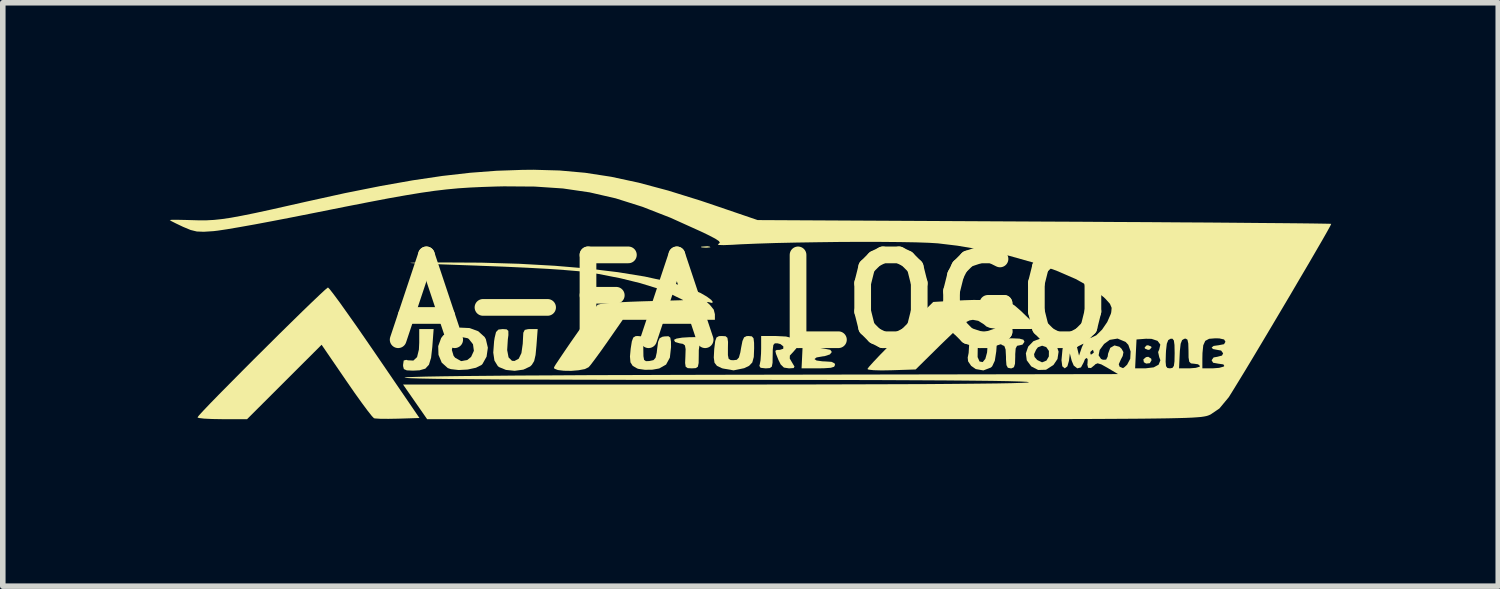
<source format=kicad_pcb>
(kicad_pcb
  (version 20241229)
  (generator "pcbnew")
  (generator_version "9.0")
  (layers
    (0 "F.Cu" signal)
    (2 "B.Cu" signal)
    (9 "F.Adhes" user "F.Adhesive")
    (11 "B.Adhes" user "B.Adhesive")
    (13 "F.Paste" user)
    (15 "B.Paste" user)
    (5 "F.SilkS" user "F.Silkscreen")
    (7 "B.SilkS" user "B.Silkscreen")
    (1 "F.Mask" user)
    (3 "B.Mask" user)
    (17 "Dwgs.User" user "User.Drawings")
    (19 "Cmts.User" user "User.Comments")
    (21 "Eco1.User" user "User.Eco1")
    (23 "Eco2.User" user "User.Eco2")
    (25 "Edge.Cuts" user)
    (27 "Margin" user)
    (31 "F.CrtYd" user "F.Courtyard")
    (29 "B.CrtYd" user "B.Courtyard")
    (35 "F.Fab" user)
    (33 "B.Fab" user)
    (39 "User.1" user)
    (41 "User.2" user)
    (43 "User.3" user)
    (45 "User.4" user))
  (footprint "A-FA LOGO"
    (layer "F.Cu")
    (at 10.417 2.364)
    (property "Reference" "A-FA LOGO" (at 0 0 0) (layer "F.SilkS") (effects (font (size 1.524 1.524) (thickness 0.3))))
    (attr board_only exclude_from_pos_files exclude_from_bom)
    (fp_poly (pts (xy -0.716 -0.983) (xy -0.703 -0.971) (xy -0.76 -0.965) (xy -0.789 -0.964) (xy -0.864 -0.969) (xy -0.873 -0.979) (xy -0.861 -0.983) (xy -0.756 -0.99)) (stroke (width 0) (type solid)) (fill yes) (layer "F.SilkS"))
    (fp_poly (pts (xy 7.215 0.811) (xy 7.222 0.83) (xy 7.188 0.867) (xy 7.159 0.872) (xy 7.104 0.849) (xy 7.097 0.83) (xy 7.131 0.793) (xy 7.159 0.789)) (stroke (width 0) (type solid)) (fill yes) (layer "F.SilkS"))
    (fp_poly (pts (xy 7.215 1.029) (xy 7.222 1.058) (xy 7.191 1.111) (xy 7.125 1.118) (xy 7.084 1.094) (xy 7.075 1.043) (xy 7.122 1.003) (xy 7.162 0.996)) (stroke (width 0) (type solid)) (fill yes) (layer "F.SilkS"))
    (fp_poly (pts (xy -5.7 0.819) (xy -5.722 1.013) (xy -5.76 1.138) (xy -5.825 1.209) (xy -5.929 1.239) (xy -6.047 1.245) (xy -6.159 1.24) (xy -6.211 1.217) (xy -6.225 1.163) (xy -6.225 1.139) (xy -6.214 1.063) (xy -6.168 1.051) (xy -6.14 1.059) (xy -6.04 1.064) (xy -5.974 1.002) (xy -5.941 0.867) (xy -5.935 0.742) (xy -5.935 0.498) (xy -5.676 0.498)) (stroke (width 0) (type solid)) (fill yes) (layer "F.SilkS"))
    (fp_poly (pts (xy 4.848 0.67) (xy 4.919 0.689) (xy 4.939 0.726) (xy 4.904 0.777) (xy 4.856 0.789) (xy 4.806 0.799) (xy 4.781 0.846) (xy 4.773 0.948) (xy 4.773 0.996) (xy 4.769 1.121) (xy 4.75 1.183) (xy 4.709 1.203) (xy 4.69 1.204) (xy 4.64 1.193) (xy 4.615 1.146) (xy 4.607 1.044) (xy 4.607 0.996) (xy 4.6 0.866) (xy 4.577 0.802) (xy 4.545 0.789) (xy 4.49 0.755) (xy 4.482 0.726) (xy 4.503 0.689) (xy 4.575 0.669) (xy 4.711 0.664)) (stroke (width 0) (type solid)) (fill yes) (layer "F.SilkS"))
    (fp_poly (pts (xy -0.812 0.651) (xy -0.727 0.667) (xy -0.704 0.685) (xy -0.739 0.72) (xy -0.808 0.739) (xy -0.869 0.754) (xy -0.9 0.791) (xy -0.912 0.874) (xy -0.913 0.978) (xy -0.915 1.108) (xy -0.929 1.175) (xy -0.967 1.2) (xy -1.039 1.204) (xy -1.112 1.2) (xy -1.148 1.175) (xy -1.158 1.109) (xy -1.153 0.986) (xy -1.149 0.859) (xy -1.161 0.792) (xy -1.198 0.764) (xy -1.258 0.754) (xy -1.338 0.73) (xy -1.358 0.692) (xy -1.313 0.669) (xy -1.212 0.652) (xy -1.079 0.644) (xy -0.938 0.643)) (stroke (width 0) (type solid)) (fill yes) (layer "F.SilkS"))
    (fp_poly (pts (xy 5.416 0.698) (xy 5.511 0.784) (xy 5.552 0.904) (xy 5.532 1.036) (xy 5.46 1.143) (xy 5.326 1.229) (xy 5.185 1.233) (xy 5.061 1.169) (xy 4.98 1.059) (xy 4.966 0.949) (xy 5.111 0.949) (xy 5.12 1) (xy 5.168 1.054) (xy 5.255 1.096) (xy 5.334 1.064) (xy 5.377 0.99) (xy 5.378 0.891) (xy 5.33 0.822) (xy 5.256 0.797) (xy 5.18 0.826) (xy 5.148 0.869) (xy 5.111 0.949) (xy 4.966 0.949) (xy 4.964 0.934) (xy 5.006 0.813) (xy 5.098 0.717) (xy 5.229 0.667) (xy 5.276 0.664)) (stroke (width 0) (type solid)) (fill yes) (layer "F.SilkS"))
    (fp_poly (pts (xy 4.412 0.671) (xy 4.436 0.704) (xy 4.44 0.784) (xy 4.432 0.899) (xy 4.406 1.067) (xy 4.359 1.167) (xy 4.336 1.189) (xy 4.201 1.241) (xy 4.064 1.217) (xy 3.981 1.159) (xy 3.926 1.078) (xy 3.919 1.01) (xy 3.936 0.927) (xy 3.943 0.811) (xy 3.943 0.806) (xy 3.952 0.708) (xy 3.989 0.669) (xy 4.031 0.664) (xy 4.085 0.672) (xy 4.106 0.712) (xy 4.104 0.804) (xy 4.099 0.85) (xy 4.097 1.002) (xy 4.132 1.081) (xy 4.189 1.091) (xy 4.236 1.032) (xy 4.267 0.919) (xy 4.275 0.812) (xy 4.283 0.711) (xy 4.318 0.67) (xy 4.363 0.664)) (stroke (width 0) (type solid)) (fill yes) (layer "F.SilkS"))
    (fp_poly (pts (xy 1.405 0.626) (xy 1.495 0.64) (xy 1.532 0.666) (xy 1.536 0.685) (xy 1.509 0.728) (xy 1.419 0.746) (xy 1.366 0.747) (xy 1.252 0.757) (xy 1.212 0.786) (xy 1.214 0.799) (xy 1.264 0.837) (xy 1.353 0.852) (xy 1.45 0.871) (xy 1.478 0.91) (xy 1.442 0.954) (xy 1.346 0.985) (xy 1.318 0.988) (xy 1.203 1.008) (xy 1.166 1.037) (xy 1.203 1.063) (xy 1.311 1.078) (xy 1.349 1.079) (xy 1.472 1.087) (xy 1.528 1.115) (xy 1.536 1.141) (xy 1.519 1.175) (xy 1.459 1.194) (xy 1.34 1.202) (xy 1.235 1.204) (xy 0.934 1.204) (xy 0.948 0.913) (xy 0.961 0.623) (xy 1.249 0.623)) (stroke (width 0) (type solid)) (fill yes) (layer "F.SilkS"))
    (fp_poly (pts (xy -3.829 0.797) (xy -3.845 0.964) (xy -3.87 1.072) (xy -3.911 1.14) (xy -3.942 1.17) (xy -4.064 1.227) (xy -4.22 1.248) (xy -4.377 1.232) (xy -4.501 1.181) (xy -4.524 1.162) (xy -4.584 1.064) (xy -4.605 0.921) (xy -4.59 0.718) (xy -4.58 0.654) (xy -4.555 0.551) (xy -4.512 0.507) (xy -4.436 0.498) (xy -4.364 0.503) (xy -4.334 0.531) (xy -4.333 0.606) (xy -4.343 0.682) (xy -4.355 0.876) (xy -4.33 1.007) (xy -4.269 1.068) (xy -4.223 1.071) (xy -4.148 1.031) (xy -4.099 0.93) (xy -4.075 0.76) (xy -4.071 0.674) (xy -4.065 0.564) (xy -4.039 0.513) (xy -3.978 0.499) (xy -3.937 0.498) (xy -3.807 0.498)) (stroke (width 0) (type solid)) (fill yes) (layer "F.SilkS"))
    (fp_poly (pts (xy -5.03 0.48) (xy -4.875 0.537) (xy -4.76 0.641) (xy -4.738 0.68) (xy -4.702 0.833) (xy -4.725 0.994) (xy -4.799 1.126) (xy -4.816 1.143) (xy -4.916 1.193) (xy -5.064 1.225) (xy -5.226 1.234) (xy -5.367 1.218) (xy -5.422 1.199) (xy -5.531 1.101) (xy -5.589 0.961) (xy -5.592 0.873) (xy -5.349 0.873) (xy -5.318 0.978) (xy -5.289 1.014) (xy -5.182 1.074) (xy -5.07 1.053) (xy -5.003 0.998) (xy -4.953 0.889) (xy -4.969 0.771) (xy -5.045 0.675) (xy -5.067 0.662) (xy -5.173 0.642) (xy -5.264 0.684) (xy -5.327 0.768) (xy -5.349 0.873) (xy -5.592 0.873) (xy -5.594 0.805) (xy -5.541 0.659) (xy -5.504 0.611) (xy -5.367 0.515) (xy -5.202 0.472)) (stroke (width 0) (type solid)) (fill yes) (layer "F.SilkS"))
    (fp_poly (pts (xy -1.952 0.629) (xy -1.922 0.662) (xy -1.911 0.742) (xy -1.909 0.854) (xy -1.907 0.985) (xy -1.895 1.052) (xy -1.861 1.075) (xy -1.797 1.072) (xy -1.795 1.071) (xy -1.726 1.056) (xy -1.689 1.014) (xy -1.668 0.923) (xy -1.66 0.851) (xy -1.643 0.727) (xy -1.616 0.663) (xy -1.565 0.636) (xy -1.525 0.63) (xy -1.457 0.627) (xy -1.424 0.652) (xy -1.412 0.725) (xy -1.411 0.823) (xy -1.432 1.011) (xy -1.5 1.136) (xy -1.623 1.206) (xy -1.745 1.228) (xy -1.88 1.23) (xy -1.994 1.214) (xy -2.019 1.206) (xy -2.099 1.16) (xy -2.14 1.096) (xy -2.149 0.991) (xy -2.136 0.85) (xy -2.115 0.719) (xy -2.09 0.651) (xy -2.048 0.625) (xy -2.008 0.623)) (stroke (width 0) (type solid)) (fill yes) (layer "F.SilkS"))
    (fp_poly (pts (xy 0.041 0.629) (xy 0.071 0.663) (xy 0.081 0.745) (xy 0.082 0.84) (xy 0.076 0.999) (xy 0.049 1.098) (xy -0.009 1.159) (xy -0.097 1.201) (xy -0.287 1.24) (xy -0.482 1.206) (xy -0.505 1.198) (xy -0.586 1.159) (xy -0.63 1.103) (xy -0.643 1.01) (xy -0.635 0.858) (xy -0.633 0.84) (xy -0.617 0.713) (xy -0.594 0.649) (xy -0.55 0.625) (xy -0.497 0.623) (xy -0.431 0.627) (xy -0.398 0.655) (xy -0.387 0.728) (xy -0.389 0.84) (xy -0.389 0.967) (xy -0.376 1.032) (xy -0.339 1.055) (xy -0.291 1.058) (xy -0.229 1.05) (xy -0.192 1.01) (xy -0.166 0.918) (xy -0.153 0.84) (xy -0.128 0.713) (xy -0.099 0.647) (xy -0.052 0.624) (xy -0.018 0.623)) (stroke (width 0) (type solid)) (fill yes) (layer "F.SilkS"))
    (fp_poly (pts (xy 0.656 0.632) (xy 0.769 0.662) (xy 0.806 0.688) (xy 0.863 0.763) (xy 0.853 0.83) (xy 0.783 0.91) (xy 0.724 0.974) (xy 0.722 1.028) (xy 0.763 1.098) (xy 0.807 1.172) (xy 0.792 1.199) (xy 0.708 1.204) (xy 0.707 1.204) (xy 0.617 1.19) (xy 0.559 1.134) (xy 0.519 1.053) (xy 0.475 0.943) (xy 0.463 0.89) (xy 0.488 0.873) (xy 0.543 0.872) (xy 0.605 0.852) (xy 0.607 0.81) (xy 0.555 0.768) (xy 0.505 0.755) (xy 0.454 0.754) (xy 0.427 0.784) (xy 0.417 0.864) (xy 0.415 0.972) (xy 0.413 1.104) (xy 0.4 1.173) (xy 0.364 1.199) (xy 0.294 1.204) (xy 0.286 1.204) (xy 0.198 1.194) (xy 0.176 1.16) (xy 0.182 1.138) (xy 0.197 1.061) (xy 0.206 0.935) (xy 0.208 0.847) (xy 0.208 0.623) (xy 0.474 0.623)) (stroke (width 0) (type solid)) (fill yes) (layer "F.SilkS"))
    (fp_poly (pts (xy -7.542 -0.216) (xy -7.469 -0.122) (xy -7.36 0.025) (xy -7.223 0.218) (xy -7.061 0.447) (xy -6.882 0.706) (xy -6.732 0.924) (xy -5.931 2.096) (xy -6.314 2.108) (xy -6.488 2.111) (xy -6.633 2.11) (xy -6.727 2.104) (xy -6.748 2.1) (xy -6.786 2.061) (xy -6.863 1.964) (xy -6.969 1.821) (xy -7.098 1.641) (xy -7.239 1.437) (xy -7.244 1.43) (xy -7.689 0.78) (xy -9.028 2.117) (xy -9.474 2.117) (xy -9.655 2.114) (xy -9.8 2.107) (xy -9.894 2.096) (xy -9.919 2.085) (xy -9.891 2.048) (xy -9.811 1.961) (xy -9.687 1.831) (xy -9.526 1.666) (xy -9.337 1.475) (xy -9.127 1.263) (xy -8.905 1.04) (xy -8.676 0.813) (xy -8.451 0.589) (xy -8.235 0.377) (xy -8.037 0.183) (xy -7.864 0.016) (xy -7.725 -0.116) (xy -7.627 -0.207) (xy -7.578 -0.247) (xy -7.574 -0.249)) (stroke (width 0) (type solid)) (fill yes) (layer "F.SilkS"))
    (fp_poly (pts (xy 4.144 -0.024) (xy 4.171 -0.023) (xy 4.291 -0.015) (xy 4.442 -0.008) (xy 4.497 -0.006) (xy 4.6 0.001) (xy 4.683 0.025) (xy 4.765 0.077) (xy 4.871 0.169) (xy 4.953 0.248) (xy 5.209 0.496) (xy 4.748 0.497) (xy 4.543 0.496) (xy 4.403 0.49) (xy 4.313 0.476) (xy 4.255 0.452) (xy 4.213 0.416) (xy 4.213 0.415) (xy 4.109 0.35) (xy 4.013 0.332) (xy 3.954 0.342) (xy 3.884 0.376) (xy 3.793 0.444) (xy 3.67 0.553) (xy 3.505 0.711) (xy 3.436 0.778) (xy 2.984 1.224) (xy 2.55 1.238) (xy 2.372 1.241) (xy 2.229 1.237) (xy 2.139 1.227) (xy 2.117 1.216) (xy 2.145 1.177) (xy 2.224 1.089) (xy 2.344 0.962) (xy 2.497 0.806) (xy 2.674 0.629) (xy 2.708 0.595) (xy 3.3 0.011) (xy 3.673 -0.011) (xy 3.857 -0.02) (xy 4.023 -0.025)) (stroke (width 0) (type solid)) (fill yes) (layer "F.SilkS"))
    (fp_poly (pts (xy -4.822 -0.695) (xy -4.14 -0.675) (xy -3.499 -0.639) (xy -2.906 -0.589) (xy -2.366 -0.524) (xy -1.885 -0.446) (xy -1.47 -0.355) (xy -1.125 -0.252) (xy -0.878 -0.149) (xy -0.766 -0.084) (xy -0.689 -0.026) (xy -0.658 0.015) (xy -0.681 0.028) (xy -0.737 0.014) (xy -0.769 0.011) (xy -0.729 0.049) (xy -0.716 0.06) (xy -0.644 0.149) (xy -0.623 0.231) (xy -0.623 0.332) (xy -2.279 0.332) (xy -2.554 0.727) (xy -2.669 0.89) (xy -2.772 1.031) (xy -2.851 1.136) (xy -2.891 1.183) (xy -2.959 1.217) (xy -3.071 1.238) (xy -3.204 1.249) (xy -3.336 1.247) (xy -3.445 1.234) (xy -3.508 1.209) (xy -3.514 1.187) (xy -3.485 1.137) (xy -3.417 1.035) (xy -3.322 0.894) (xy -3.209 0.729) (xy -3.088 0.556) (xy -2.97 0.388) (xy -2.865 0.24) (xy -2.782 0.128) (xy -2.733 0.065) (xy -2.731 0.062) (xy -2.679 0.048) (xy -2.557 0.033) (xy -2.379 0.019) (xy -2.157 0.008) (xy -1.941 0) (xy -1.188 -0.021) (xy -1.429 -0.138) (xy -1.664 -0.235) (xy -1.967 -0.328) (xy -2.321 -0.415) (xy -2.71 -0.491) (xy -2.891 -0.52) (xy -3.068 -0.541) (xy -3.317 -0.562) (xy -3.631 -0.584) (xy -3.999 -0.604) (xy -4.413 -0.623) (xy -4.862 -0.64) (xy -4.877 -0.641) (xy -5.269 -0.655) (xy -5.581 -0.666) (xy -5.817 -0.674) (xy -5.979 -0.681) (xy -6.072 -0.687) (xy -6.099 -0.691) (xy -6.062 -0.694) (xy -5.965 -0.696) (xy -5.812 -0.697) (xy -5.605 -0.699) (xy -5.541 -0.699)) (stroke (width 0) (type solid)) (fill yes) (layer "F.SilkS"))
    (fp_poly (pts (xy -3.415 -2.351) (xy -2.955 -2.31) (xy -2.486 -2.238) (xy -1.993 -2.132) (xy -1.462 -1.99) (xy -0.88 -1.809) (xy -0.643 -1.729) (xy 0.145 -1.46) (xy 5.29 -1.433) (xy 5.937 -1.43) (xy 6.56 -1.426) (xy 7.155 -1.423) (xy 7.717 -1.419) (xy 8.24 -1.416) (xy 8.721 -1.412) (xy 9.153 -1.408) (xy 9.531 -1.405) (xy 9.852 -1.402) (xy 10.109 -1.399) (xy 10.298 -1.396) (xy 10.413 -1.394) (xy 10.45 -1.392) (xy 10.433 -1.355) (xy 10.378 -1.255) (xy 10.291 -1.102) (xy 10.176 -0.904) (xy 10.04 -0.67) (xy 9.886 -0.409) (xy 9.722 -0.129) (xy 9.55 0.161) (xy 9.378 0.451) (xy 9.21 0.733) (xy 9.051 0.999) (xy 8.906 1.24) (xy 8.78 1.446) (xy 8.68 1.609) (xy 8.61 1.721) (xy 8.603 1.73) (xy 8.441 1.925) (xy 8.285 2.031) (xy 8.262 2.042) (xy 8.237 2.052) (xy 8.206 2.061) (xy 8.166 2.069) (xy 8.112 2.077) (xy 8.041 2.083) (xy 7.95 2.089) (xy 7.834 2.094) (xy 7.689 2.098) (xy 7.512 2.102) (xy 7.299 2.105) (xy 7.047 2.108) (xy 6.75 2.11) (xy 6.406 2.112) (xy 6.011 2.114) (xy 5.561 2.115) (xy 5.052 2.115) (xy 4.481 2.116) (xy 3.843 2.116) (xy 3.135 2.117) (xy 2.352 2.117) (xy 1.492 2.117) (xy 1.157 2.117) (xy -5.793 2.117) (xy -6.01 1.805) (xy -6.226 1.494) (xy -0.602 1.494) (xy 0.31 1.494) (xy 1.143 1.493) (xy 1.896 1.491) (xy 2.568 1.489) (xy 3.16 1.487) (xy 3.671 1.483) (xy 4.1 1.479) (xy 4.448 1.475) (xy 4.714 1.47) (xy 4.898 1.464) (xy 5 1.458) (xy 5.022 1.453) (xy 4.98 1.446) (xy 4.856 1.44) (xy 4.65 1.434) (xy 4.361 1.429) (xy 3.991 1.425) (xy 3.539 1.421) (xy 3.006 1.418) (xy 2.392 1.415) (xy 1.698 1.413) (xy 0.923 1.412) (xy 0.068 1.411) (xy -0.61 1.411) (xy -1.527 1.411) (xy -2.362 1.41) (xy -3.115 1.408) (xy -3.786 1.406) (xy -4.376 1.404) (xy -4.883 1.4) (xy -5.308 1.396) (xy -5.651 1.392) (xy -5.911 1.387) (xy -6.089 1.381) (xy -6.184 1.375) (xy -6.201 1.37) (xy -6.153 1.363) (xy -6.023 1.358) (xy -5.811 1.352) (xy -5.519 1.347) (xy -5.147 1.342) (xy -4.695 1.338) (xy -4.165 1.333) (xy -3.557 1.33) (xy -2.872 1.326) (xy -2.111 1.324) (xy -1.275 1.321) (xy -0.363 1.319) (xy 0.23 1.318) (xy 6.62 1.307) (xy 6.446 1.204) (xy 6.927 1.204) (xy 7.111 1.204) (xy 7.261 1.186) (xy 7.349 1.138) (xy 7.37 1.086) (xy 7.475 1.086) (xy 7.482 1.164) (xy 7.507 1.197) (xy 7.552 1.204) (xy 7.716 1.204) (xy 7.904 1.204) (xy 8.135 1.204) (xy 8.319 1.204) (xy 8.436 1.195) (xy 8.515 1.173) (xy 8.529 1.162) (xy 8.513 1.133) (xy 8.432 1.121) (xy 8.428 1.121) (xy 8.328 1.103) (xy 8.301 1.058) (xy 8.337 1.008) (xy 8.404 0.996) (xy 8.488 0.974) (xy 8.508 0.934) (xy 8.472 0.884) (xy 8.404 0.872) (xy 8.326 0.857) (xy 8.301 0.83) (xy 8.337 0.801) (xy 8.424 0.789) (xy 8.425 0.789) (xy 8.524 0.77) (xy 8.55 0.726) (xy 8.525 0.685) (xy 8.44 0.666) (xy 8.368 0.664) (xy 8.256 0.673) (xy 8.187 0.71) (xy 8.151 0.79) (xy 8.137 0.929) (xy 8.135 1.027) (xy 8.135 1.204) (xy 7.904 1.204) (xy 8.016 1.195) (xy 8.084 1.175) (xy 8.093 1.162) (xy 8.058 1.131) (xy 7.989 1.121) (xy 7.93 1.115) (xy 7.899 1.084) (xy 7.887 1.008) (xy 7.886 0.889) (xy 7.882 0.757) (xy 7.867 0.689) (xy 7.836 0.67) (xy 7.813 0.672) (xy 7.771 0.696) (xy 7.745 0.762) (xy 7.731 0.886) (xy 7.728 0.945) (xy 7.716 1.204) (xy 7.552 1.204) (xy 7.597 1.196) (xy 7.623 1.16) (xy 7.634 1.078) (xy 7.637 0.932) (xy 7.637 0.931) (xy 7.634 0.784) (xy 7.623 0.703) (xy 7.598 0.672) (xy 7.564 0.672) (xy 7.522 0.696) (xy 7.496 0.762) (xy 7.482 0.886) (xy 7.479 0.945) (xy 7.475 1.086) (xy 7.37 1.086) (xy 7.381 1.058) (xy 7.36 1.003) (xy 7.34 0.911) (xy 7.36 0.865) (xy 7.38 0.777) (xy 7.33 0.71) (xy 7.222 0.674) (xy 7.121 0.672) (xy 6.952 0.685) (xy 6.939 0.944) (xy 6.927 1.204) (xy 6.446 1.204) (xy 6.433 1.196) (xy 6.32 1.133) (xy 6.253 1.113) (xy 6.211 1.131) (xy 6.2 1.144) (xy 6.134 1.198) (xy 6.082 1.194) (xy 6.068 1.135) (xy 6.071 1.121) (xy 6.075 1.045) (xy 6.06 1.017) (xy 6.027 1.036) (xy 6.001 1.1) (xy 5.954 1.187) (xy 5.888 1.204) (xy 5.824 1.154) (xy 5.788 1.069) (xy 5.754 0.934) (xy 5.738 1.069) (xy 5.71 1.168) (xy 5.663 1.204) (xy 5.618 1.167) (xy 5.604 1.057) (xy 5.621 0.873) (xy 5.63 0.82) (xy 5.657 0.715) (xy 5.702 0.67) (xy 5.75 0.664) (xy 5.818 0.682) (xy 5.862 0.752) (xy 5.882 0.82) (xy 5.919 0.975) (xy 5.921 0.969) (xy 6.271 0.969) (xy 6.314 1.035) (xy 6.348 1.049) (xy 6.406 1.048) (xy 6.434 0.993) (xy 6.441 0.94) (xy 6.48 0.836) (xy 6.556 0.792) (xy 6.645 0.816) (xy 6.684 0.853) (xy 6.717 0.913) (xy 6.704 0.982) (xy 6.673 1.04) (xy 6.633 1.13) (xy 6.648 1.174) (xy 6.654 1.177) (xy 6.705 1.198) (xy 6.71 1.2) (xy 6.741 1.178) (xy 6.783 1.138) (xy 6.839 1.032) (xy 6.846 0.901) (xy 6.805 0.782) (xy 6.756 0.729) (xy 6.612 0.669) (xy 6.471 0.692) (xy 6.369 0.766) (xy 6.29 0.874) (xy 6.271 0.969) (xy 5.921 0.969) (xy 5.94 0.913) (xy 6.122 0.913) (xy 6.125 0.951) (xy 6.14 0.955) (xy 6.182 0.924) (xy 6.184 0.913) (xy 6.17 0.873) (xy 6.166 0.872) (xy 6.13 0.901) (xy 6.122 0.913) (xy 5.94 0.913) (xy 5.971 0.822) (xy 6.023 0.713) (xy 6.093 0.664) (xy 6.133 0.656) (xy 6.229 0.61) (xy 6.333 0.508) (xy 6.426 0.372) (xy 6.49 0.226) (xy 6.498 0.195) (xy 6.505 0.117) (xy 6.475 0.045) (xy 6.394 -0.045) (xy 6.364 -0.074) (xy 6.148 -0.24) (xy 5.86 -0.401) (xy 5.511 -0.552) (xy 5.113 -0.692) (xy 4.677 -0.815) (xy 4.213 -0.919) (xy 3.733 -1) (xy 3.383 -1.042) (xy 3.221 -1.052) (xy 2.99 -1.06) (xy 2.701 -1.065) (xy 2.367 -1.068) (xy 2.001 -1.069) (xy 1.615 -1.067) (xy 1.223 -1.062) (xy 0.837 -1.056) (xy 0.47 -1.048) (xy 0.134 -1.037) (xy -0.158 -1.025) (xy -0.311 -1.016) (xy -0.466 -1.01) (xy -0.555 -1.013) (xy -0.57 -1.026) (xy -0.56 -1.031) (xy -0.534 -1.052) (xy -0.55 -1.082) (xy -0.618 -1.127) (xy -0.747 -1.194) (xy -0.872 -1.254) (xy -1.421 -1.502) (xy -1.926 -1.699) (xy -2.404 -1.85) (xy -2.874 -1.958) (xy -3.353 -2.028) (xy -3.86 -2.062) (xy -4.413 -2.066) (xy -4.556 -2.063) (xy -4.797 -2.055) (xy -5.019 -2.045) (xy -5.231 -2.031) (xy -5.443 -2.011) (xy -5.665 -1.985) (xy -5.907 -1.95) (xy -6.179 -1.905) (xy -6.49 -1.85) (xy -6.851 -1.781) (xy -7.271 -1.699) (xy -7.76 -1.601) (xy -7.886 -1.576) (xy -8.235 -1.507) (xy -8.572 -1.442) (xy -8.885 -1.383) (xy -9.161 -1.334) (xy -9.389 -1.295) (xy -9.557 -1.27) (xy -9.634 -1.261) (xy -9.807 -1.25) (xy -9.932 -1.255) (xy -10.042 -1.282) (xy -10.172 -1.336) (xy -10.183 -1.341) (xy -10.305 -1.399) (xy -10.39 -1.442) (xy -10.417 -1.461) (xy -10.379 -1.465) (xy -10.275 -1.465) (xy -10.125 -1.462) (xy -10.022 -1.459) (xy -9.883 -1.455) (xy -9.753 -1.456) (xy -9.623 -1.463) (xy -9.482 -1.478) (xy -9.319 -1.502) (xy -9.124 -1.538) (xy -8.886 -1.586) (xy -8.595 -1.649) (xy -8.24 -1.729) (xy -7.974 -1.789) (xy -7.271 -1.944) (xy -6.634 -2.071) (xy -6.054 -2.174) (xy -5.52 -2.253) (xy -5.02 -2.31) (xy -4.545 -2.346) (xy -4.083 -2.362) (xy -3.881 -2.364)) (stroke (width 0) (type solid)) (fill yes) (layer "F.SilkS")))
  (gr_rect
    (start -3 -3)
    (end 23.868 7.481)
    (stroke (width 0.1) (type default))
    (fill no)
    (layer "Edge.Cuts")))
</source>
